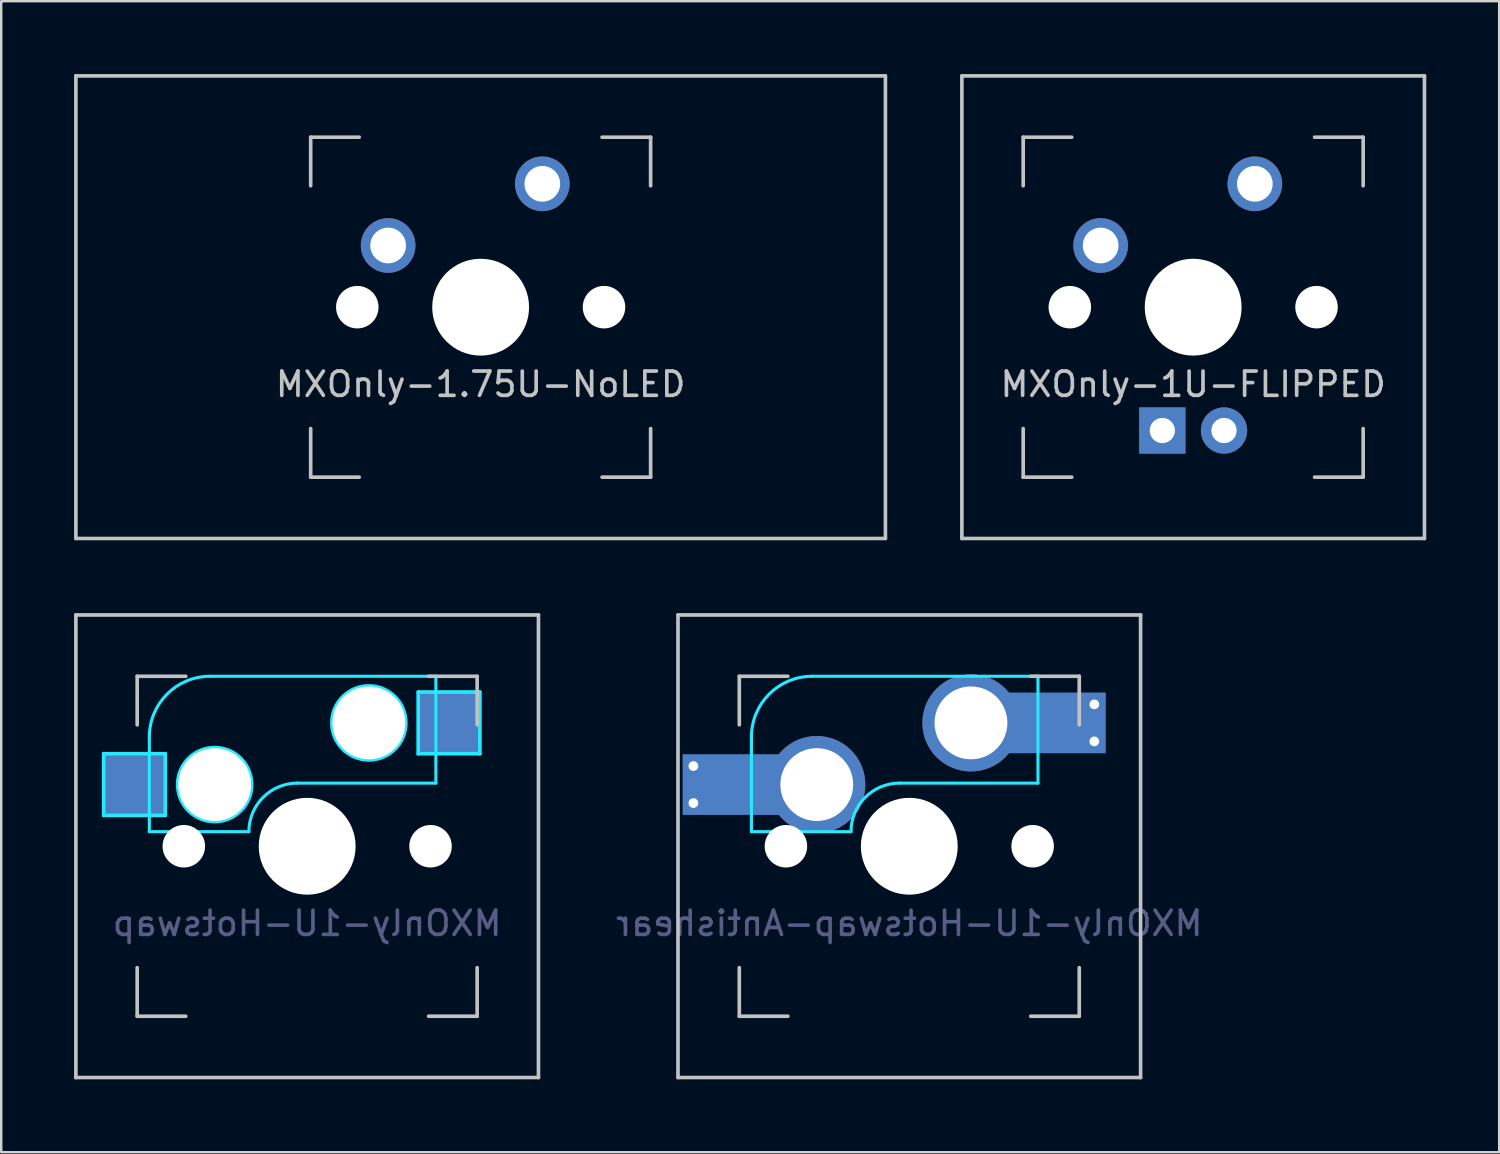
<source format=kicad_pcb>
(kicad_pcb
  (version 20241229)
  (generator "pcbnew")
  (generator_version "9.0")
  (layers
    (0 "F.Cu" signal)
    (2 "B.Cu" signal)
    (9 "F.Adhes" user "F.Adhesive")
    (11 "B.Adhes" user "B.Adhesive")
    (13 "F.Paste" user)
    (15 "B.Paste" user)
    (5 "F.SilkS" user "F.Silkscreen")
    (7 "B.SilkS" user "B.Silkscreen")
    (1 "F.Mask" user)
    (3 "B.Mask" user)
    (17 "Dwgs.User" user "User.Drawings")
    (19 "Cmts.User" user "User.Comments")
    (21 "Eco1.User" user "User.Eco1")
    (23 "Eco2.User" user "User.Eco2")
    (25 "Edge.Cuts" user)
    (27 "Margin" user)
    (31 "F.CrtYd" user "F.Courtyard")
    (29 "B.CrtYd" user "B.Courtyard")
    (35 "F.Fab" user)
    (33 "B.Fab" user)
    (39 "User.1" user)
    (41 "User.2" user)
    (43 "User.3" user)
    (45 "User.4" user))
  (footprint "MXOnly-1U-Hotswap"
    (layer "F.Cu")
    (at 9.6 31.8)
    (property "Reference" "MXOnly-1U-Hotswap" (at 0 3.175 0) (layer "B.Fab") (effects (font (size 1 1) (thickness 0.15)) (justify mirror)))
    (attr smd)
    (fp_line (start -9.525 -9.525) (end 9.525 -9.525) (stroke (width 0.15) (type solid)) (layer "Dwgs.User"))
    (fp_line (start -9.525 9.525) (end -9.525 -9.525) (stroke (width 0.15) (type solid)) (layer "Dwgs.User"))
    (fp_line (start -7 -7) (end -7 -5) (stroke (width 0.15) (type solid)) (layer "Dwgs.User"))
    (fp_line (start -7 5) (end -7 7) (stroke (width 0.15) (type solid)) (layer "Dwgs.User"))
    (fp_line (start -7 7) (end -5 7) (stroke (width 0.15) (type solid)) (layer "Dwgs.User"))
    (fp_line (start -5 -7) (end -7 -7) (stroke (width 0.15) (type solid)) (layer "Dwgs.User"))
    (fp_line (start 5 -7) (end 7 -7) (stroke (width 0.15) (type solid)) (layer "Dwgs.User"))
    (fp_line (start 5 7) (end 7 7) (stroke (width 0.15) (type solid)) (layer "Dwgs.User"))
    (fp_line (start 7 -7) (end 7 -5) (stroke (width 0.15) (type solid)) (layer "Dwgs.User"))
    (fp_line (start 7 7) (end 7 5) (stroke (width 0.15) (type solid)) (layer "Dwgs.User"))
    (fp_line (start 9.525 -9.525) (end 9.525 9.525) (stroke (width 0.15) (type solid)) (layer "Dwgs.User"))
    (fp_line (start 9.525 9.525) (end -9.525 9.525) (stroke (width 0.15) (type solid)) (layer "Dwgs.User"))
    (fp_line (start -8.382 -3.81) (end -8.382 -1.27) (stroke (width 0.15) (type solid)) (layer "B.CrtYd"))
    (fp_line (start -8.382 -1.27) (end -5.842 -1.27) (stroke (width 0.15) (type solid)) (layer "B.CrtYd"))
    (fp_line (start -6.5 -4.5) (end -6.5 -0.6) (stroke (width 0.127) (type solid)) (layer "B.CrtYd"))
    (fp_line (start -6.5 -0.6) (end -2.4 -0.6) (stroke (width 0.127) (type solid)) (layer "B.CrtYd"))
    (fp_line (start -5.842 -3.81) (end -8.382 -3.81) (stroke (width 0.15) (type solid)) (layer "B.CrtYd"))
    (fp_line (start -5.842 -1.27) (end -5.842 -3.81) (stroke (width 0.15) (type solid)) (layer "B.CrtYd"))
    (fp_line (start -0.4 -2.6) (end 5.3 -2.6) (stroke (width 0.127) (type solid)) (layer "B.CrtYd"))
    (fp_line (start 4.572 -6.35) (end 7.112 -6.35) (stroke (width 0.15) (type solid)) (layer "B.CrtYd"))
    (fp_line (start 4.572 -3.81) (end 4.572 -6.35) (stroke (width 0.15) (type solid)) (layer "B.CrtYd"))
    (fp_line (start 5.3 -7) (end -4 -7) (stroke (width 0.127) (type solid)) (layer "B.CrtYd"))
    (fp_line (start 5.3 -7) (end 5.3 -2.6) (stroke (width 0.127) (type solid)) (layer "B.CrtYd"))
    (fp_line (start 7.112 -6.35) (end 7.112 -3.81) (stroke (width 0.15) (type solid)) (layer "B.CrtYd"))
    (fp_line (start 7.112 -3.81) (end 4.572 -3.81) (stroke (width 0.15) (type solid)) (layer "B.CrtYd"))
    (fp_arc (start -6.5 -4.5) (mid -5.767767 -6.267767) (end -4 -7) (stroke (width 0.127) (type solid)) (layer "B.CrtYd"))
    (fp_arc (start -2.4 -0.6) (mid -1.814214 -2.014214) (end -0.4 -2.6) (stroke (width 0.127) (type solid)) (layer "B.CrtYd"))
    (fp_circle (center -3.81 -2.54) (end -3.81 -4.064) (stroke (width 0.15) (type solid)) (fill no) (layer "B.CrtYd"))
    (fp_circle (center 2.54 -5.08) (end 2.54 -6.604) (stroke (width 0.15) (type solid)) (fill no) (layer "B.CrtYd"))
    (pad "" np_thru_hole circle (at -5.08 0 48.1) (size 1.75 1.75) (drill 1.75) (layers "*.Cu" "*.Mask"))
    (pad "" np_thru_hole circle (at -3.81 -2.54) (size 3 3) (drill 3) (layers "*.Cu" "*.Mask"))
    (pad "" np_thru_hole circle (at 0 0) (size 3.988 3.988) (drill 3.988) (layers "*.Cu" "*.Mask"))
    (pad "" np_thru_hole circle (at 2.54 -5.08) (size 3 3) (drill 3) (layers "*.Cu" "*.Mask"))
    (pad "" np_thru_hole circle (at 5.08 0 48.1) (size 1.75 1.75) (drill 1.75) (layers "*.Cu" "*.Mask"))
    (pad "1" smd rect (at -7.085 -2.54) (size 2.55 2.5) (layers "B.Cu" "B.Mask" "B.Paste"))
    (pad "2" smd rect (at 5.842 -5.08) (size 2.55 2.5) (layers "B.Cu" "B.Mask" "B.Paste")))
  (footprint "MXOnly-1U-Hotswap-Antishear"
    (layer "F.Cu")
    (at 34.396 31.8)
    (property "Reference" "MXOnly-1U-Hotswap-Antishear" (at 0 3.175 0) (layer "B.Fab") (effects (font (size 1 1) (thickness 0.15)) (justify mirror)))
    (attr through_hole)
    (fp_line (start -9.525 -9.525) (end 9.525 -9.525) (stroke (width 0.15) (type solid)) (layer "Dwgs.User"))
    (fp_line (start -9.525 9.525) (end -9.525 -9.525) (stroke (width 0.15) (type solid)) (layer "Dwgs.User"))
    (fp_line (start -7 -7) (end -7 -5) (stroke (width 0.15) (type solid)) (layer "Dwgs.User"))
    (fp_line (start -7 5) (end -7 7) (stroke (width 0.15) (type solid)) (layer "Dwgs.User"))
    (fp_line (start -7 7) (end -5 7) (stroke (width 0.15) (type solid)) (layer "Dwgs.User"))
    (fp_line (start -5 -7) (end -7 -7) (stroke (width 0.15) (type solid)) (layer "Dwgs.User"))
    (fp_line (start 5 -7) (end 7 -7) (stroke (width 0.15) (type solid)) (layer "Dwgs.User"))
    (fp_line (start 5 7) (end 7 7) (stroke (width 0.15) (type solid)) (layer "Dwgs.User"))
    (fp_line (start 7 -7) (end 7 -5) (stroke (width 0.15) (type solid)) (layer "Dwgs.User"))
    (fp_line (start 7 7) (end 7 5) (stroke (width 0.15) (type solid)) (layer "Dwgs.User"))
    (fp_line (start 9.525 -9.525) (end 9.525 9.525) (stroke (width 0.15) (type solid)) (layer "Dwgs.User"))
    (fp_line (start 9.525 9.525) (end -9.525 9.525) (stroke (width 0.15) (type solid)) (layer "Dwgs.User"))
    (fp_line (start -6.5 -4.5) (end -6.5 -0.6) (stroke (width 0.127) (type solid)) (layer "B.CrtYd"))
    (fp_line (start -6.5 -0.6) (end -2.4 -0.6) (stroke (width 0.127) (type solid)) (layer "B.CrtYd"))
    (fp_line (start -0.4 -2.6) (end 5.3 -2.6) (stroke (width 0.127) (type solid)) (layer "B.CrtYd"))
    (fp_line (start 5.3 -7) (end -4 -7) (stroke (width 0.127) (type solid)) (layer "B.CrtYd"))
    (fp_line (start 5.3 -7) (end 5.3 -2.6) (stroke (width 0.127) (type solid)) (layer "B.CrtYd"))
    (fp_arc (start -6.5 -4.5) (mid -5.767767 -6.267767) (end -4 -7) (stroke (width 0.127) (type solid)) (layer "B.CrtYd"))
    (fp_arc (start -2.4 -0.6) (mid -1.814214 -2.014214) (end -0.4 -2.6) (stroke (width 0.127) (type solid)) (layer "B.CrtYd"))
    (pad "" smd rect (at -7.085 -2.54) (size 2.55 2.5) (layers "B.Mask" "B.Paste"))
    (pad "" np_thru_hole circle (at -5.08 0 48.1) (size 1.75 1.75) (drill 1.75) (layers "*.Cu" "*.Mask"))
    (pad "" np_thru_hole circle (at 0 0) (size 3.988 3.988) (drill 3.988) (layers "*.Cu" "*.Mask"))
    (pad "" np_thru_hole circle (at 5.08 0 48.1) (size 1.75 1.75) (drill 1.75) (layers "*.Cu" "*.Mask"))
    (pad "" smd rect (at 5.815 -5.08) (size 2.55 2.5) (layers "B.Mask" "B.Paste"))
    (pad "1" thru_hole circle (at -8.89 -3.302) (size 0.8 0.8) (drill 0.4) (layers "*.Cu"))
    (pad "1" thru_hole circle (at -8.89 -1.778) (size 0.8 0.8) (drill 0.4) (layers "*.Cu"))
    (pad "1" smd rect (at -7.085 -2.54) (size 4.5 2.5) (layers "B.Cu"))
    (pad "1" thru_hole circle (at -3.81 -2.54) (size 4 4) (drill 3) (layers "*.Cu"))
    (pad "2" thru_hole circle (at 2.54 -5.08) (size 4 4) (drill 3) (layers "*.Cu"))
    (pad "2" smd rect (at 5.842 -5.08) (size 4.5 2.5) (layers "B.Cu"))
    (pad "2" thru_hole circle (at 7.62 -5.842) (size 0.8 0.8) (drill 0.4) (layers "*.Cu"))
    (pad "2" thru_hole circle (at 7.62 -4.318) (size 0.8 0.8) (drill 0.4) (layers "*.Cu")))
  (footprint "MXOnly-1U-FLIPPED"
    (layer "F.Cu")
    (at 46.087 9.6)
    (property "Reference" "MXOnly-1U-FLIPPED" (at 0 3.175 0) (layer "Dwgs.User") (effects (font (size 1 1) (thickness 0.15))))
    (attr through_hole)
    (fp_line (start -9.525 -9.525) (end 9.525 -9.525) (stroke (width 0.15) (type solid)) (layer "Dwgs.User"))
    (fp_line (start -9.525 9.525) (end -9.525 -9.525) (stroke (width 0.15) (type solid)) (layer "Dwgs.User"))
    (fp_line (start -7 -7) (end -7 -5) (stroke (width 0.15) (type solid)) (layer "Dwgs.User"))
    (fp_line (start -7 5) (end -7 7) (stroke (width 0.15) (type solid)) (layer "Dwgs.User"))
    (fp_line (start -7 7) (end -5 7) (stroke (width 0.15) (type solid)) (layer "Dwgs.User"))
    (fp_line (start -5 -7) (end -7 -7) (stroke (width 0.15) (type solid)) (layer "Dwgs.User"))
    (fp_line (start 5 -7) (end 7 -7) (stroke (width 0.15) (type solid)) (layer "Dwgs.User"))
    (fp_line (start 5 7) (end 7 7) (stroke (width 0.15) (type solid)) (layer "Dwgs.User"))
    (fp_line (start 7 -7) (end 7 -5) (stroke (width 0.15) (type solid)) (layer "Dwgs.User"))
    (fp_line (start 7 7) (end 7 5) (stroke (width 0.15) (type solid)) (layer "Dwgs.User"))
    (fp_line (start 9.525 -9.525) (end 9.525 9.525) (stroke (width 0.15) (type solid)) (layer "Dwgs.User"))
    (fp_line (start 9.525 9.525) (end -9.525 9.525) (stroke (width 0.15) (type solid)) (layer "Dwgs.User"))
    (pad "" np_thru_hole circle (at -5.08 0 48.1) (size 1.75 1.75) (drill 1.75) (layers "*.Cu" "*.Mask"))
    (pad "" np_thru_hole circle (at 0 0) (size 3.988 3.988) (drill 3.988) (layers "*.Cu" "*.Mask"))
    (pad "" np_thru_hole circle (at 5.08 0 48.1) (size 1.75 1.75) (drill 1.75) (layers "*.Cu" "*.Mask"))
    (pad "1" thru_hole circle (at -3.81 -2.54) (size 2.25 2.25) (drill 1.47) (layers "*.Cu" "B.Mask"))
    (pad "2" thru_hole circle (at 2.54 -5.08) (size 2.25 2.25) (drill 1.47) (layers "*.Cu" "B.Mask"))
    (pad "3" thru_hole circle (at 1.27 5.08) (size 1.905 1.905) (drill 1.04) (layers "*.Cu" "B.Mask"))
    (pad "4" thru_hole rect (at -1.27 5.08) (size 1.905 1.905) (drill 1.04) (layers "*.Cu" "B.Mask")))
  (footprint "MXOnly-1.75U-NoLED"
    (layer "F.Cu")
    (at 16.744 9.6)
    (property "Reference" "MXOnly-1.75U-NoLED" (at 0 3.175 0) (layer "Dwgs.User") (effects (font (size 1 1) (thickness 0.15))))
    (attr through_hole)
    (fp_line (start -16.669 -9.525) (end 16.669 -9.525) (stroke (width 0.15) (type solid)) (layer "Dwgs.User"))
    (fp_line (start -16.669 9.525) (end -16.669 -9.525) (stroke (width 0.15) (type solid)) (layer "Dwgs.User"))
    (fp_line (start -16.669 9.525) (end 16.669 9.525) (stroke (width 0.15) (type solid)) (layer "Dwgs.User"))
    (fp_line (start -7 -7) (end -7 -5) (stroke (width 0.15) (type solid)) (layer "Dwgs.User"))
    (fp_line (start -7 5) (end -7 7) (stroke (width 0.15) (type solid)) (layer "Dwgs.User"))
    (fp_line (start -7 7) (end -5 7) (stroke (width 0.15) (type solid)) (layer "Dwgs.User"))
    (fp_line (start -5 -7) (end -7 -7) (stroke (width 0.15) (type solid)) (layer "Dwgs.User"))
    (fp_line (start 5 -7) (end 7 -7) (stroke (width 0.15) (type solid)) (layer "Dwgs.User"))
    (fp_line (start 5 7) (end 7 7) (stroke (width 0.15) (type solid)) (layer "Dwgs.User"))
    (fp_line (start 7 -7) (end 7 -5) (stroke (width 0.15) (type solid)) (layer "Dwgs.User"))
    (fp_line (start 7 7) (end 7 5) (stroke (width 0.15) (type solid)) (layer "Dwgs.User"))
    (fp_line (start 16.669 -9.525) (end 16.669 9.525) (stroke (width 0.15) (type solid)) (layer "Dwgs.User"))
    (pad "" np_thru_hole circle (at -5.08 0 48.1) (size 1.75 1.75) (drill 1.75) (layers "*.Cu" "*.Mask"))
    (pad "" np_thru_hole circle (at 0 0) (size 3.988 3.988) (drill 3.988) (layers "*.Cu" "*.Mask"))
    (pad "" np_thru_hole circle (at 5.08 0 48.1) (size 1.75 1.75) (drill 1.75) (layers "*.Cu" "*.Mask"))
    (pad "1" thru_hole circle (at -3.81 -2.54) (size 2.25 2.25) (drill 1.47) (layers "*.Cu" "B.Mask"))
    (pad "2" thru_hole circle (at 2.54 -5.08) (size 2.25 2.25) (drill 1.47) (layers "*.Cu" "B.Mask")))
  (gr_rect
    (start -3 -3)
    (end 58.688 44.4)
    (stroke (width 0.1) (type default))
    (fill no)
    (layer "Edge.Cuts")))
</source>
